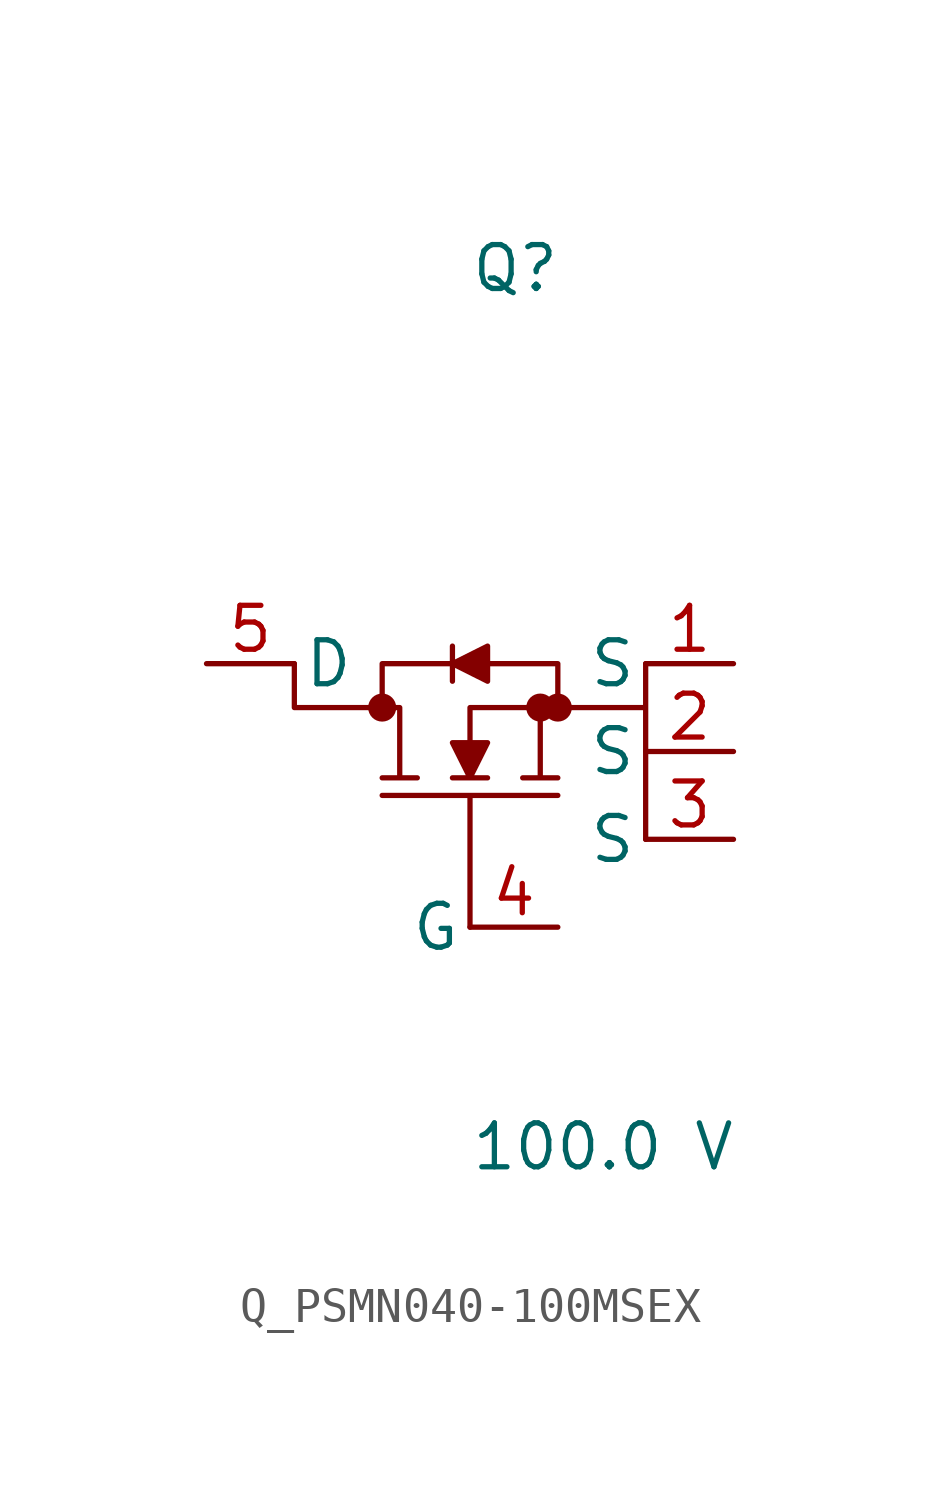
<source format=kicad_sym>
(kicad_symbol_lib
  (version 20231120)
  (generator kicad_symbol_editor)
  (generator_version 8.0)
  (symbol "Q_PSMN040-100MSEX"
    (pin_names
      (offset 0.254))
    (property "Reference" "Q"
      (at 0.0 12.7 0)
      (effects (font (size 1.27 1.27)) (justify left)))
    (property "Value" "100.0 V"
      (at 0.0 -12.7 0)
      (effects (font (size 1.27 1.27)) (justify left)))
    (symbol "Q_PSMN040-100MSEX_1_0"
      (polyline (pts (xy 0 -6.35) (xy 0 -2.54) (xy -2.54 -2.54) (xy 2.54 -2.54) (xy 0 -2.54) (xy 0 -6.35)) (stroke (width 0) (type default)) (fill (type none)))
      (polyline (pts (xy 5.08 1.27) (xy 5.08 0) (xy 2.54 0) (xy 2.54 1.27) (xy 0.508 1.27) (xy 0.508 1.778) (xy -0.508 1.27) (xy -0.508 1.778) (xy -0.508 1.27) (xy -2.54 1.27) (xy -2.54 0) (xy -5.08 0) (xy -5.08 1.27) (xy -5.08 0) (xy -2.032 0) (xy -2.032 -2.032) (xy -2.54 -2.032) (xy -1.524 -2.032) (xy -2.032 -2.032) (xy -2.032 0) (xy -2.54 0) (xy -2.54 1.27) (xy -0.508 1.27) (xy -0.508 0.762) (xy -0.508 1.27) (xy 0.508 0.762) (xy 0.508 1.27) (xy 2.54 1.27) (xy 2.54 0) (xy 0 0) (xy 0 -1.016) (xy -0.508 -1.016) (xy 0 -2.032) (xy -0.508 -2.032) (xy 0.508 -2.032) (xy 0 -2.032) (xy 0.508 -1.016) (xy 0 -1.016) (xy 0 0) (xy 2.032 0) (xy 2.032 -2.032) (xy 1.524 -2.032) (xy 2.54 -2.032) (xy 2.032 -2.032) (xy 2.032 0) (xy 5.08 0) (xy 5.08 -3.81)) (stroke (width 0) (type default)) (fill (type outline)))
      (circle (center -2.54 0) (radius 0.025) (stroke (width 0.381) (type default)) (fill (type none)))
      (circle (center 2.032 0) (radius 0.025) (stroke (width 0.381) (type default)) (fill (type none)))
      (circle (center 2.54 0) (radius 0.025) (stroke (width 0.381) (type default)) (fill (type none)))
      (pin unspecified line (at -7.62 1.27 0) (length 2.54) (name "D" (effects (font (size 1.27 1.27)))) (number "5" (effects (font (size 1.27 1.27)))))
      (pin unspecified line (at 7.62 1.27 180) (length 2.54) (name "S" (effects (font (size 1.27 1.27)))) (number "1" (effects (font (size 1.27 1.27)))))
      (pin unspecified line (at 7.62 -1.27 180) (length 2.54) (name "S" (effects (font (size 1.27 1.27)))) (number "2" (effects (font (size 1.27 1.27)))))
      (pin unspecified line (at 7.62 -3.81 180) (length 2.54) (name "S" (effects (font (size 1.27 1.27)))) (number "3" (effects (font (size 1.27 1.27)))))
      (pin unspecified line (at 2.54 -6.35 180) (length 2.54) (name "G" (effects (font (size 1.27 1.27)))) (number "4" (effects (font (size 1.27 1.27))))))))
</source>
